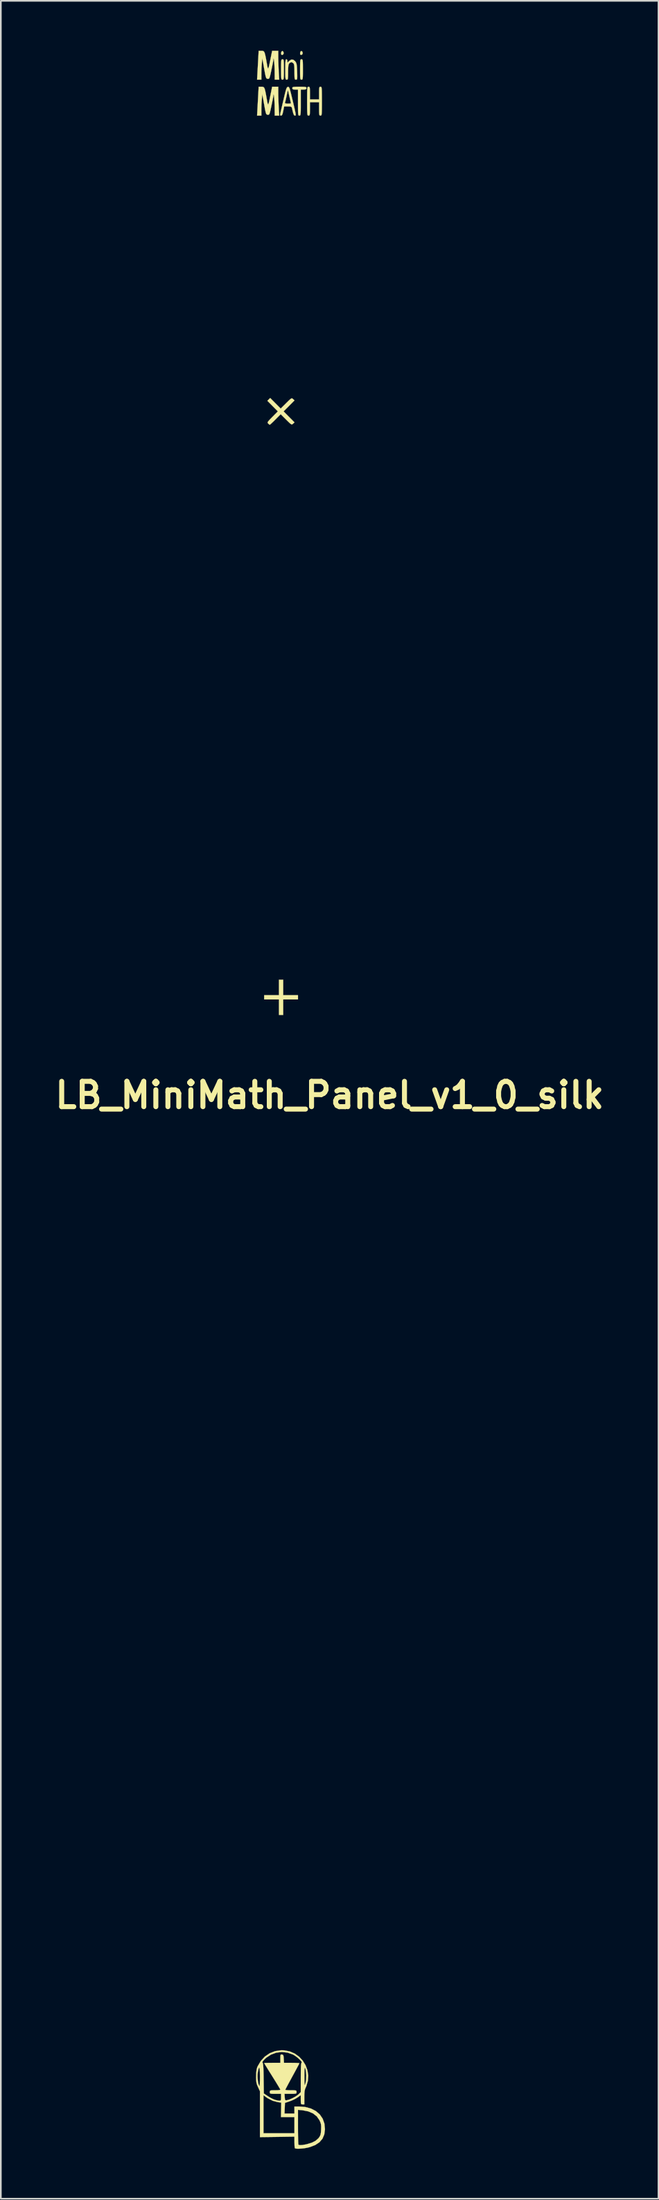
<source format=kicad_pcb>
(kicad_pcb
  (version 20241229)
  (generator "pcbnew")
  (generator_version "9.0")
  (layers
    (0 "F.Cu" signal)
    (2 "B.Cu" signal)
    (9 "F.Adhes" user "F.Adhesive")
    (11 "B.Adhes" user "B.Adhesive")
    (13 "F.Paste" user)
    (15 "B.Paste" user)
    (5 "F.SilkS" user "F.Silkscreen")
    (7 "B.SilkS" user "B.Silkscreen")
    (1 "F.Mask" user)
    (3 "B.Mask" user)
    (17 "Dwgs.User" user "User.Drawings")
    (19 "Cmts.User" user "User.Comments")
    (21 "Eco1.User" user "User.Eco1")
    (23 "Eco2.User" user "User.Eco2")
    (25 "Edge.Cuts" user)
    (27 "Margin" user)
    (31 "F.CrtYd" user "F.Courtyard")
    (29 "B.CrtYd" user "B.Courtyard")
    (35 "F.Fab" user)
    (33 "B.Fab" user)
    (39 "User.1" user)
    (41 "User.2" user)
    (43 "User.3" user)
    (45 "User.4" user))
  (footprint "LB_MiniMath_Panel_v1_0_silk"
    (layer "F.Cu")
    (at 16.771 62.785)
    (property "Reference" "LB_MiniMath_Panel_v1_0_silk" (at 0 0 0) (layer "F.SilkS") (effects (font (size 1.524 1.524) (thickness 0.3))))
    (attr through_hole)
    (fp_poly (pts (xy -2.802 -62.749) (xy -2.789 -62.733) (xy -2.761 -62.636) (xy -2.796 -62.559) (xy -2.847 -62.534) (xy -2.904 -62.547) (xy -2.921 -62.625) (xy -2.921 -62.627) (xy -2.902 -62.723) (xy -2.856 -62.768) (xy -2.802 -62.749)) (stroke (width 0.01) (type solid)) (fill yes) (layer "F.SilkS"))
    (fp_poly (pts (xy -1.659 -62.749) (xy -1.646 -62.733) (xy -1.618 -62.636) (xy -1.653 -62.559) (xy -1.704 -62.534) (xy -1.761 -62.547) (xy -1.778 -62.625) (xy -1.778 -62.627) (xy -1.759 -62.723) (xy -1.713 -62.768) (xy -1.659 -62.749)) (stroke (width 0.01) (type solid)) (fill yes) (layer "F.SilkS"))
    (fp_poly (pts (xy -2.794 -6.011) (xy -1.905 -6.011) (xy -1.905 -5.757) (xy -2.794 -5.757) (xy -2.794 -4.826) (xy -3.048 -4.826) (xy -3.048 -5.757) (xy -3.937 -5.757) (xy -3.937 -6.011) (xy -3.048 -6.011) (xy -3.048 -6.943) (xy -2.794 -6.943) (xy -2.794 -6.011)) (stroke (width 0.01) (type solid)) (fill yes) (layer "F.SilkS"))
    (fp_poly (pts (xy -2.803 -62.268) (xy -2.78 -62.247) (xy -2.765 -62.195) (xy -2.757 -62.102) (xy -2.753 -61.952) (xy -2.752 -61.735) (xy -2.752 -61.658) (xy -2.752 -61.419) (xy -2.755 -61.252) (xy -2.762 -61.143) (xy -2.775 -61.081) (xy -2.796 -61.053) (xy -2.826 -61.045) (xy -2.836 -61.045) (xy -2.869 -61.049) (xy -2.892 -61.07) (xy -2.907 -61.122) (xy -2.916 -61.215) (xy -2.92 -61.365) (xy -2.921 -61.582) (xy -2.921 -61.658) (xy -2.92 -61.898) (xy -2.917 -62.065) (xy -2.91 -62.174) (xy -2.897 -62.236) (xy -2.877 -62.264) (xy -2.847 -62.272) (xy -2.836 -62.272) (xy -2.803 -62.268)) (stroke (width 0.01) (type solid)) (fill yes) (layer "F.SilkS"))
    (fp_poly (pts (xy -1.66 -62.268) (xy -1.637 -62.247) (xy -1.622 -62.195) (xy -1.614 -62.102) (xy -1.61 -61.952) (xy -1.609 -61.735) (xy -1.609 -61.658) (xy -1.609 -61.419) (xy -1.612 -61.252) (xy -1.619 -61.143) (xy -1.632 -61.081) (xy -1.653 -61.053) (xy -1.683 -61.045) (xy -1.693 -61.045) (xy -1.726 -61.049) (xy -1.749 -61.07) (xy -1.764 -61.122) (xy -1.773 -61.215) (xy -1.777 -61.365) (xy -1.778 -61.582) (xy -1.778 -61.658) (xy -1.777 -61.898) (xy -1.774 -62.065) (xy -1.767 -62.174) (xy -1.754 -62.236) (xy -1.734 -62.264) (xy -1.704 -62.272) (xy -1.693 -62.272) (xy -1.66 -62.268)) (stroke (width 0.01) (type solid)) (fill yes) (layer "F.SilkS"))
    (fp_poly (pts (xy -2.944 -41.275) (xy -2.617 -41.6) (xy -2.473 -41.743) (xy -2.375 -41.833) (xy -2.311 -41.879) (xy -2.267 -41.889) (xy -2.229 -41.871) (xy -2.201 -41.846) (xy -2.113 -41.767) (xy -2.442 -41.436) (xy -2.771 -41.106) (xy -2.113 -40.444) (xy -2.201 -40.365) (xy -2.242 -40.332) (xy -2.28 -40.322) (xy -2.329 -40.343) (xy -2.403 -40.403) (xy -2.514 -40.509) (xy -2.617 -40.611) (xy -2.944 -40.936) (xy -3.26 -40.619) (xy -3.391 -40.488) (xy -3.501 -40.384) (xy -3.575 -40.318) (xy -3.599 -40.301) (xy -3.644 -40.328) (xy -3.695 -40.374) (xy -3.724 -40.41) (xy -3.727 -40.448) (xy -3.698 -40.502) (xy -3.627 -40.585) (xy -3.507 -40.709) (xy -3.441 -40.776) (xy -3.114 -41.106) (xy -3.744 -41.741) (xy -3.66 -41.825) (xy -3.575 -41.91) (xy -2.944 -41.275)) (stroke (width 0.01) (type solid)) (fill yes) (layer "F.SilkS"))
    (fp_poly (pts (xy -1.628 -60.62) (xy -1.504 -60.615) (xy -1.435 -60.602) (xy -1.404 -60.578) (xy -1.397 -60.541) (xy -1.397 -60.537) (xy -1.411 -60.481) (xy -1.469 -60.457) (xy -1.566 -60.452) (xy -1.736 -60.452) (xy -1.736 -59.669) (xy -1.736 -59.394) (xy -1.738 -59.192) (xy -1.743 -59.052) (xy -1.752 -58.963) (xy -1.766 -58.913) (xy -1.786 -58.891) (xy -1.814 -58.886) (xy -1.82 -58.886) (xy -1.85 -58.889) (xy -1.872 -58.907) (xy -1.887 -58.951) (xy -1.897 -59.033) (xy -1.902 -59.163) (xy -1.904 -59.353) (xy -1.905 -59.614) (xy -1.905 -59.669) (xy -1.905 -60.452) (xy -2.074 -60.452) (xy -2.185 -60.459) (xy -2.234 -60.488) (xy -2.244 -60.537) (xy -2.238 -60.575) (xy -2.21 -60.6) (xy -2.145 -60.614) (xy -2.028 -60.62) (xy -1.843 -60.621) (xy -1.82 -60.621) (xy -1.628 -60.62)) (stroke (width 0.01) (type solid)) (fill yes) (layer "F.SilkS"))
    (fp_poly (pts (xy -2.552 -62.236) (xy -2.54 -62.168) (xy -2.54 -62.065) (xy -2.433 -62.171) (xy -2.312 -62.253) (xy -2.194 -62.249) (xy -2.081 -62.161) (xy -2.057 -62.132) (xy -2.017 -62.066) (xy -1.99 -61.986) (xy -1.972 -61.872) (xy -1.961 -61.705) (xy -1.954 -61.529) (xy -1.949 -61.32) (xy -1.949 -61.183) (xy -1.956 -61.1) (xy -1.973 -61.06) (xy -2.002 -61.046) (xy -2.028 -61.045) (xy -2.067 -61.049) (xy -2.092 -61.073) (xy -2.107 -61.131) (xy -2.114 -61.237) (xy -2.117 -61.407) (xy -2.117 -61.507) (xy -2.119 -61.726) (xy -2.129 -61.876) (xy -2.147 -61.971) (xy -2.175 -62.028) (xy -2.183 -62.036) (xy -2.28 -62.097) (xy -2.373 -62.075) (xy -2.428 -62.026) (xy -2.461 -61.972) (xy -2.482 -61.887) (xy -2.493 -61.754) (xy -2.498 -61.558) (xy -2.498 -61.496) (xy -2.499 -61.296) (xy -2.504 -61.166) (xy -2.515 -61.09) (xy -2.536 -61.055) (xy -2.57 -61.045) (xy -2.582 -61.045) (xy -2.615 -61.049) (xy -2.638 -61.07) (xy -2.653 -61.122) (xy -2.662 -61.215) (xy -2.666 -61.365) (xy -2.667 -61.582) (xy -2.667 -61.658) (xy -2.666 -61.902) (xy -2.661 -62.073) (xy -2.652 -62.184) (xy -2.638 -62.245) (xy -2.616 -62.27) (xy -2.603 -62.272) (xy -2.552 -62.236)) (stroke (width 0.01) (type solid)) (fill yes) (layer "F.SilkS"))
    (fp_poly (pts (xy -0.522 -60.618) (xy -0.501 -60.601) (xy -0.486 -60.56) (xy -0.476 -60.483) (xy -0.47 -60.36) (xy -0.467 -60.18) (xy -0.466 -59.933) (xy -0.466 -59.754) (xy -0.466 -59.462) (xy -0.468 -59.244) (xy -0.472 -59.089) (xy -0.479 -58.987) (xy -0.491 -58.926) (xy -0.509 -58.896) (xy -0.533 -58.887) (xy -0.55 -58.886) (xy -0.59 -58.892) (xy -0.615 -58.92) (xy -0.628 -58.987) (xy -0.634 -59.108) (xy -0.635 -59.288) (xy -0.635 -59.69) (xy -1.185 -59.69) (xy -1.185 -59.288) (xy -1.187 -59.101) (xy -1.193 -58.983) (xy -1.207 -58.918) (xy -1.232 -58.891) (xy -1.27 -58.886) (xy -1.298 -58.889) (xy -1.32 -58.906) (xy -1.335 -58.947) (xy -1.345 -59.024) (xy -1.351 -59.147) (xy -1.354 -59.327) (xy -1.355 -59.574) (xy -1.355 -59.754) (xy -1.354 -60.045) (xy -1.353 -60.263) (xy -1.349 -60.418) (xy -1.341 -60.52) (xy -1.329 -60.581) (xy -1.312 -60.611) (xy -1.288 -60.62) (xy -1.27 -60.621) (xy -1.23 -60.615) (xy -1.205 -60.585) (xy -1.191 -60.516) (xy -1.186 -60.391) (xy -1.185 -60.24) (xy -1.185 -59.859) (xy -0.635 -59.859) (xy -0.635 -60.24) (xy -0.634 -60.421) (xy -0.627 -60.534) (xy -0.612 -60.594) (xy -0.584 -60.618) (xy -0.55 -60.621) (xy -0.522 -60.618)) (stroke (width 0.01) (type solid)) (fill yes) (layer "F.SilkS"))
    (fp_poly (pts (xy -2.476 -60.612) (xy -2.447 -60.589) (xy -2.418 -60.535) (xy -2.385 -60.438) (xy -2.344 -60.288) (xy -2.291 -60.073) (xy -2.248 -59.893) (xy -2.174 -59.58) (xy -2.117 -59.34) (xy -2.078 -59.162) (xy -2.053 -59.038) (xy -2.041 -58.958) (xy -2.042 -58.913) (xy -2.052 -58.892) (xy -2.072 -58.886) (xy -2.089 -58.886) (xy -2.125 -58.898) (xy -2.158 -58.943) (xy -2.191 -59.034) (xy -2.231 -59.187) (xy -2.261 -59.32) (xy -2.283 -59.387) (xy -2.325 -59.422) (xy -2.411 -59.435) (xy -2.512 -59.436) (xy -2.736 -59.436) (xy -2.791 -59.161) (xy -2.827 -59.007) (xy -2.862 -58.921) (xy -2.904 -58.888) (xy -2.922 -58.886) (xy -2.963 -58.892) (xy -2.978 -58.924) (xy -2.97 -59) (xy -2.941 -59.129) (xy -2.91 -59.26) (xy -2.865 -59.451) (xy -2.817 -59.658) (xy -2.687 -59.658) (xy -2.671 -59.623) (xy -2.584 -59.607) (xy -2.518 -59.605) (xy -2.404 -59.609) (xy -2.337 -59.618) (xy -2.328 -59.623) (xy -2.337 -59.67) (xy -2.361 -59.78) (xy -2.396 -59.934) (xy -2.42 -60.036) (xy -2.511 -60.431) (xy -2.589 -60.071) (xy -2.626 -59.902) (xy -2.659 -59.762) (xy -2.682 -59.673) (xy -2.687 -59.658) (xy -2.817 -59.658) (xy -2.812 -59.678) (xy -2.756 -59.919) (xy -2.74 -59.986) (xy -2.682 -60.227) (xy -2.637 -60.397) (xy -2.6 -60.509) (xy -2.568 -60.574) (xy -2.534 -60.605) (xy -2.509 -60.613) (xy -2.476 -60.612)) (stroke (width 0.01) (type solid)) (fill yes) (layer "F.SilkS"))
    (fp_poly (pts (xy -4.034 -62.778) (xy -3.981 -62.762) (xy -3.939 -62.722) (xy -3.904 -62.646) (xy -3.871 -62.522) (xy -3.834 -62.34) (xy -3.789 -62.086) (xy -3.783 -62.052) (xy -3.753 -61.883) (xy -3.729 -61.77) (xy -3.707 -61.72) (xy -3.684 -61.735) (xy -3.657 -61.819) (xy -3.62 -61.978) (xy -3.572 -62.214) (xy -3.554 -62.304) (xy -3.458 -62.78) (xy -3.09 -62.78) (xy -3.09 -62.427) (xy -3.088 -62.235) (xy -3.081 -61.993) (xy -3.071 -61.736) (xy -3.063 -61.559) (xy -3.035 -61.045) (xy -3.302 -61.045) (xy -3.307 -61.563) (xy -3.311 -61.745) (xy -3.32 -61.921) (xy -3.331 -62.08) (xy -3.344 -62.208) (xy -3.358 -62.293) (xy -3.37 -62.324) (xy -3.379 -62.286) (xy -3.382 -62.254) (xy -3.392 -62.184) (xy -3.417 -62.049) (xy -3.453 -61.868) (xy -3.496 -61.66) (xy -3.502 -61.628) (xy -3.55 -61.407) (xy -3.586 -61.256) (xy -3.615 -61.162) (xy -3.644 -61.113) (xy -3.676 -61.095) (xy -3.719 -61.095) (xy -3.725 -61.096) (xy -3.767 -61.104) (xy -3.799 -61.127) (xy -3.826 -61.178) (xy -3.853 -61.269) (xy -3.884 -61.412) (xy -3.922 -61.621) (xy -3.94 -61.722) (xy -4.049 -62.336) (xy -4.077 -62.039) (xy -4.092 -61.843) (xy -4.102 -61.611) (xy -4.106 -61.395) (xy -4.106 -61.394) (xy -4.106 -61.045) (xy -4.364 -61.045) (xy -4.341 -61.457) (xy -4.328 -61.692) (xy -4.313 -61.965) (xy -4.298 -62.23) (xy -4.293 -62.325) (xy -4.268 -62.78) (xy -4.104 -62.78) (xy -4.034 -62.778)) (stroke (width 0.01) (type solid)) (fill yes) (layer "F.SilkS"))
    (fp_poly (pts (xy -4.034 -60.619) (xy -3.981 -60.603) (xy -3.939 -60.563) (xy -3.904 -60.487) (xy -3.871 -60.363) (xy -3.834 -60.181) (xy -3.789 -59.927) (xy -3.783 -59.893) (xy -3.753 -59.724) (xy -3.729 -59.611) (xy -3.707 -59.561) (xy -3.684 -59.576) (xy -3.657 -59.66) (xy -3.62 -59.819) (xy -3.572 -60.055) (xy -3.554 -60.145) (xy -3.458 -60.621) (xy -3.09 -60.621) (xy -3.09 -60.268) (xy -3.088 -60.076) (xy -3.081 -59.834) (xy -3.071 -59.577) (xy -3.063 -59.4) (xy -3.035 -58.886) (xy -3.302 -58.886) (xy -3.307 -59.404) (xy -3.311 -59.586) (xy -3.32 -59.762) (xy -3.331 -59.921) (xy -3.344 -60.049) (xy -3.358 -60.134) (xy -3.37 -60.165) (xy -3.379 -60.127) (xy -3.382 -60.095) (xy -3.392 -60.025) (xy -3.417 -59.89) (xy -3.453 -59.709) (xy -3.496 -59.501) (xy -3.502 -59.469) (xy -3.55 -59.248) (xy -3.586 -59.097) (xy -3.615 -59.003) (xy -3.644 -58.954) (xy -3.676 -58.936) (xy -3.719 -58.936) (xy -3.725 -58.937) (xy -3.767 -58.945) (xy -3.799 -58.968) (xy -3.826 -59.019) (xy -3.853 -59.11) (xy -3.884 -59.253) (xy -3.922 -59.462) (xy -3.94 -59.563) (xy -4.049 -60.177) (xy -4.077 -59.88) (xy -4.092 -59.684) (xy -4.102 -59.452) (xy -4.106 -59.236) (xy -4.106 -59.235) (xy -4.106 -58.886) (xy -4.364 -58.886) (xy -4.341 -59.298) (xy -4.328 -59.533) (xy -4.313 -59.806) (xy -4.298 -60.071) (xy -4.293 -60.166) (xy -4.268 -60.621) (xy -4.104 -60.621) (xy -4.034 -60.619)) (stroke (width 0.01) (type solid)) (fill yes) (layer "F.SilkS"))
    (fp_poly (pts (xy -2.744 57.414) (xy -2.407 57.477) (xy -2.102 57.609) (xy -1.837 57.798) (xy -1.617 58.035) (xy -1.449 58.31) (xy -1.337 58.611) (xy -1.288 58.929) (xy -1.309 59.253) (xy -1.405 59.573) (xy -1.444 59.657) (xy -1.484 59.757) (xy -1.509 59.881) (xy -1.521 60.05) (xy -1.524 60.239) (xy -1.524 60.664) (xy -1.63 60.664) (xy -1.687 60.659) (xy -1.718 60.632) (xy -1.732 60.564) (xy -1.736 60.435) (xy -1.736 60.386) (xy -1.736 60.108) (xy -1.927 60.245) (xy -2.071 60.333) (xy -2.254 60.42) (xy -2.403 60.478) (xy -2.688 60.574) (xy -2.701 60.894) (xy -2.713 61.214) (xy -2.117 61.214) (xy -2.117 60.791) (xy -1.85 60.791) (xy -1.46 60.823) (xy -1.117 60.917) (xy -0.826 61.067) (xy -0.592 61.271) (xy -0.42 61.523) (xy -0.315 61.82) (xy -0.282 62.157) (xy -0.282 62.166) (xy -0.323 62.471) (xy -0.434 62.729) (xy -0.616 62.942) (xy -0.87 63.109) (xy -1.195 63.232) (xy -1.349 63.27) (xy -1.535 63.302) (xy -1.723 63.322) (xy -1.892 63.33) (xy -2.021 63.323) (xy -2.088 63.303) (xy -2.088 63.302) (xy -2.102 63.249) (xy -2.112 63.134) (xy -2.116 62.979) (xy -2.117 62.939) (xy -2.117 62.603) (xy -3.154 62.618) (xy -4.191 62.632) (xy -4.191 62.399) (xy -3.979 62.399) (xy -2.117 62.399) (xy -2.117 62.027) (xy -1.905 62.027) (xy -1.904 62.315) (xy -1.901 62.574) (xy -1.896 62.793) (xy -1.89 62.96) (xy -1.883 63.063) (xy -1.877 63.091) (xy -1.797 63.116) (xy -1.645 63.108) (xy -1.424 63.069) (xy -1.364 63.055) (xy -1.07 62.966) (xy -0.847 62.853) (xy -0.68 62.707) (xy -0.648 62.668) (xy -0.585 62.573) (xy -0.547 62.477) (xy -0.525 62.35) (xy -0.514 62.179) (xy -0.51 61.996) (xy -0.521 61.863) (xy -0.553 61.748) (xy -0.61 61.621) (xy -0.769 61.389) (xy -0.993 61.211) (xy -1.28 61.086) (xy -1.627 61.017) (xy -1.662 61.013) (xy -1.905 60.991) (xy -1.905 62.027) (xy -2.117 62.027) (xy -2.117 61.426) (xy -2.926 61.426) (xy -2.918 60.992) (xy -2.91 60.558) (xy -3.128 60.526) (xy -3.426 60.445) (xy -3.724 60.294) (xy -3.842 60.212) (xy -3.979 60.109) (xy -3.979 62.399) (xy -4.191 62.399) (xy -4.191 61.251) (xy -4.191 59.87) (xy -4.307 59.621) (xy -4.364 59.49) (xy -4.399 59.372) (xy -4.416 59.24) (xy -4.421 59.065) (xy -4.421 58.97) (xy -4.418 58.879) (xy -4.335 58.879) (xy -4.335 59.052) (xy -4.32 59.226) (xy -4.295 59.383) (xy -4.261 59.501) (xy -4.221 59.56) (xy -4.21 59.563) (xy -4.203 59.523) (xy -4.197 59.414) (xy -4.193 59.251) (xy -4.191 59.049) (xy -4.191 58.983) (xy -4.195 58.727) (xy -4.205 58.553) (xy -4.222 58.462) (xy -4.246 58.454) (xy -4.276 58.529) (xy -4.312 58.688) (xy -4.32 58.728) (xy -4.335 58.879) (xy -4.418 58.879) (xy -4.414 58.746) (xy -4.395 58.581) (xy -4.359 58.449) (xy -4.33 58.378) (xy -4.187 58.135) (xy -4.047 58.135) (xy -4.033 58.159) (xy -4.014 58.198) (xy -3.999 58.293) (xy -3.987 58.45) (xy -3.978 58.677) (xy -3.971 58.979) (xy -3.97 59.099) (xy -3.958 60.008) (xy -3.693 60.185) (xy -3.535 60.28) (xy -3.375 60.358) (xy -3.249 60.403) (xy -3.086 60.437) (xy -2.988 60.445) (xy -2.94 60.417) (xy -2.923 60.345) (xy -2.921 60.24) (xy -2.921 60.029) (xy -3.26 60.029) (xy -3.428 60.028) (xy -3.528 60.021) (xy -3.579 60.002) (xy -3.596 59.967) (xy -3.598 59.923) (xy -3.594 59.869) (xy -3.571 59.837) (xy -3.509 59.822) (xy -3.392 59.817) (xy -3.281 59.817) (xy -3.129 59.813) (xy -3.017 59.801) (xy -2.965 59.785) (xy -2.963 59.782) (xy -2.985 59.737) (xy -3.045 59.632) (xy -3.138 59.477) (xy -3.256 59.284) (xy -3.394 59.062) (xy -3.45 58.972) (xy -3.593 58.744) (xy -3.719 58.541) (xy -3.822 58.374) (xy -3.896 58.253) (xy -3.934 58.189) (xy -3.937 58.182) (xy -3.897 58.175) (xy -3.79 58.17) (xy -3.631 58.167) (xy -3.45 58.166) (xy -2.963 58.166) (xy -2.963 57.909) (xy -2.961 57.768) (xy -2.95 57.692) (xy -2.922 57.664) (xy -2.87 57.665) (xy -2.868 57.666) (xy -2.813 57.683) (xy -2.782 57.729) (xy -2.766 57.826) (xy -2.76 57.923) (xy -2.747 58.166) (xy -2.284 58.166) (xy -2.097 58.168) (xy -1.946 58.174) (xy -1.849 58.182) (xy -1.82 58.191) (xy -1.84 58.234) (xy -1.894 58.34) (xy -1.978 58.497) (xy -2.084 58.694) (xy -2.207 58.92) (xy -2.244 58.987) (xy -2.37 59.22) (xy -2.482 59.427) (xy -2.572 59.597) (xy -2.636 59.719) (xy -2.665 59.782) (xy -2.667 59.788) (xy -2.628 59.801) (xy -2.524 59.812) (xy -2.376 59.817) (xy -2.328 59.817) (xy -2.16 59.818) (xy -2.06 59.825) (xy -2.009 59.843) (xy -1.992 59.878) (xy -1.99 59.923) (xy -1.993 59.974) (xy -2.014 60.005) (xy -2.069 60.021) (xy -2.176 60.028) (xy -2.35 60.029) (xy -2.714 60.029) (xy -2.701 60.23) (xy -2.69 60.351) (xy -2.667 60.407) (xy -2.62 60.421) (xy -2.582 60.417) (xy -2.431 60.377) (xy -2.247 60.298) (xy -2.063 60.199) (xy -1.912 60.094) (xy -1.873 60.06) (xy -1.736 59.927) (xy -1.736 59.05) (xy -1.735 58.984) (xy -1.519 58.984) (xy -1.519 58.992) (xy -1.517 59.224) (xy -1.514 59.381) (xy -1.509 59.47) (xy -1.5 59.502) (xy -1.485 59.483) (xy -1.464 59.424) (xy -1.454 59.394) (xy -1.413 59.179) (xy -1.407 58.906) (xy -1.408 58.885) (xy -1.422 58.718) (xy -1.445 58.576) (xy -1.47 58.487) (xy -1.473 58.483) (xy -1.492 58.466) (xy -1.506 58.499) (xy -1.514 58.59) (xy -1.518 58.749) (xy -1.519 58.984) (xy -1.735 58.984) (xy -1.734 58.737) (xy -1.73 58.5) (xy -1.722 58.331) (xy -1.711 58.223) (xy -1.695 58.166) (xy -1.683 58.154) (xy -1.678 58.118) (xy -1.727 58.047) (xy -1.816 57.954) (xy -1.93 57.853) (xy -2.055 57.758) (xy -2.175 57.682) (xy -2.207 57.666) (xy -2.537 57.55) (xy -2.876 57.514) (xy -3.21 57.555) (xy -3.526 57.671) (xy -3.813 57.859) (xy -3.922 57.96) (xy -4.017 58.069) (xy -4.047 58.135) (xy -4.187 58.135) (xy -4.138 58.052) (xy -3.894 57.788) (xy -3.604 57.59) (xy -3.277 57.463) (xy -2.922 57.411) (xy -2.744 57.414)) (stroke (width 0.01) (type solid)) (fill yes) (layer "F.SilkS")))
  (gr_rect
    (start -3 -3)
    (end 36.543 129.12)
    (stroke (width 0.1) (type default))
    (fill no)
    (layer "Edge.Cuts")))
</source>
